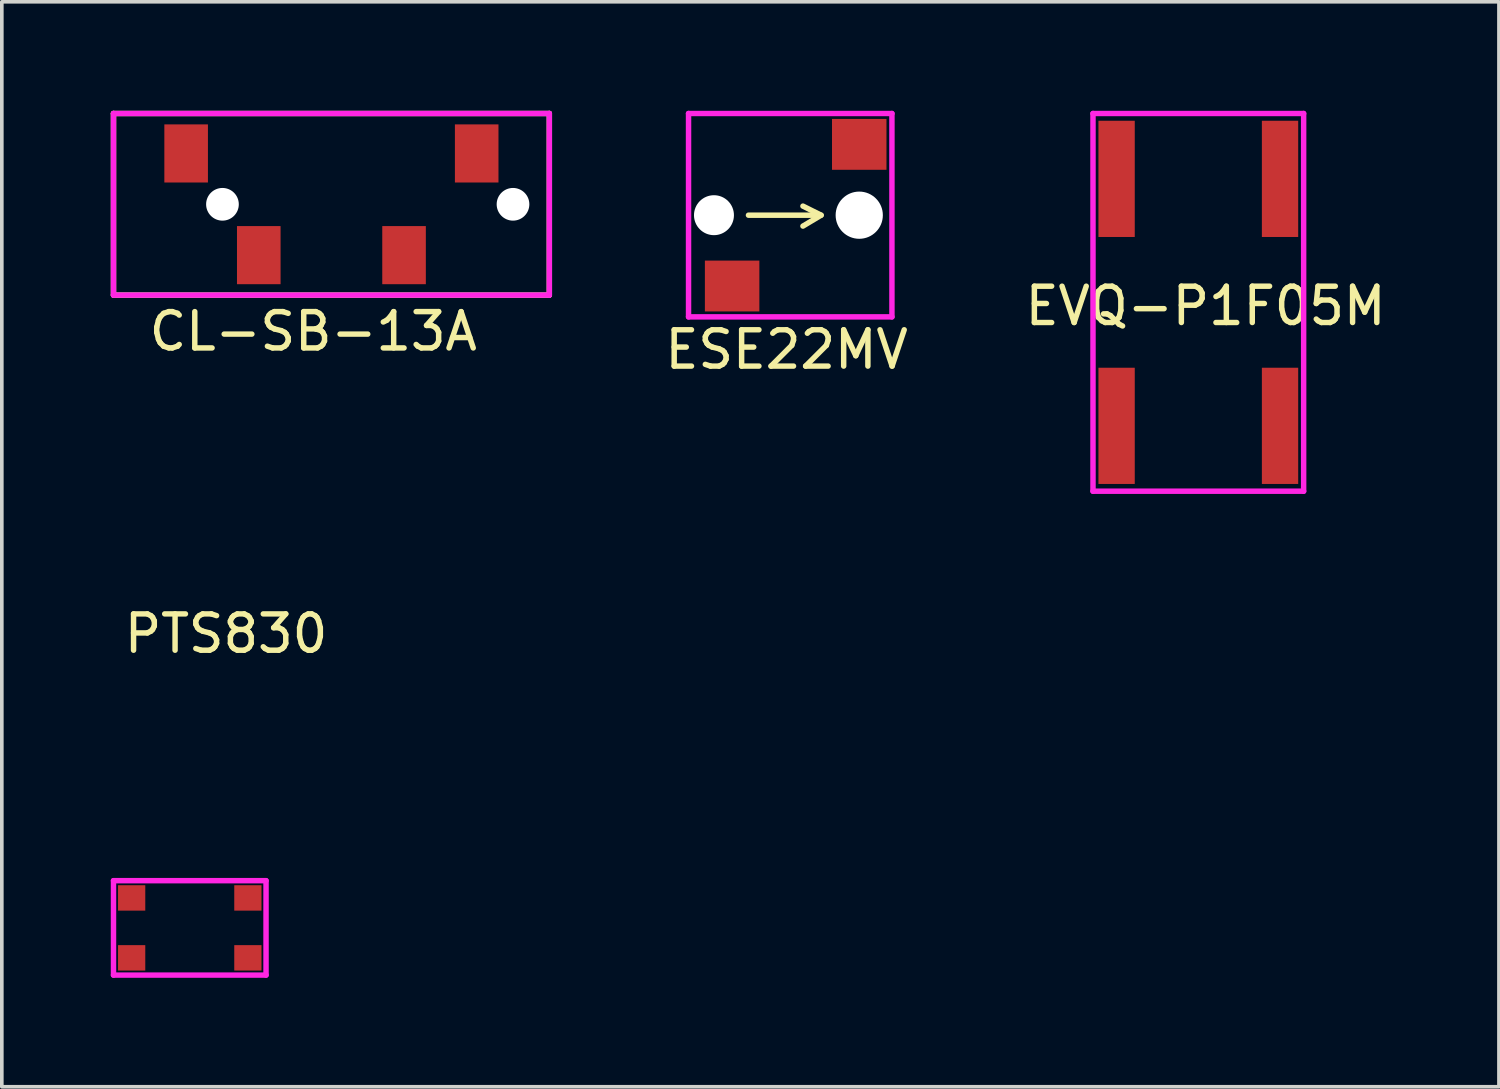
<source format=kicad_pcb>
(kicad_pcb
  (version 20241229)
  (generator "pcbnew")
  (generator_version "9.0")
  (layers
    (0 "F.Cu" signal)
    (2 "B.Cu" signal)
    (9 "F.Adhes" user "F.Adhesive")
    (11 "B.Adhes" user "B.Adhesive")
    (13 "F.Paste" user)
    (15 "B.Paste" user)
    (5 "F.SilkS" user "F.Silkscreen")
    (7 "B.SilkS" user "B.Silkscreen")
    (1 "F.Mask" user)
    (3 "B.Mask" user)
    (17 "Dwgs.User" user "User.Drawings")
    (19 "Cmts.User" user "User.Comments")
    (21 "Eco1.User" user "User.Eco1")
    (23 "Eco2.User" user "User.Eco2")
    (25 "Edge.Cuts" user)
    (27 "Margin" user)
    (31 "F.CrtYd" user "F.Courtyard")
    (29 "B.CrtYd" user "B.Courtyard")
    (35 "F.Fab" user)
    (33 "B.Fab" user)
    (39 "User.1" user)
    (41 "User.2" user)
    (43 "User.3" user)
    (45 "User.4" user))
  (footprint "CL-SB-13A"
    (layer "F.Cu")
    (at 6.075 2.575)
    (property "Reference" "CL-SB-13A" (at -0.5 3.5 0) (layer "F.SilkS") (effects (font (size 1 1) (thickness 0.15))))
    (attr through_hole)
    (fp_line (start -6 -2.5) (end 6 -2.5) (stroke (width 0.15) (type solid)) (layer "F.SilkS"))
    (fp_line (start -6 2.5) (end -6 -2.5) (stroke (width 0.15) (type solid)) (layer "F.SilkS"))
    (fp_line (start 6 -2.5) (end 6 2.5) (stroke (width 0.15) (type solid)) (layer "F.SilkS"))
    (fp_line (start 6 2.5) (end -6 2.5) (stroke (width 0.15) (type solid)) (layer "F.SilkS"))
    (fp_line (start -6 -2.5) (end -6 2.5) (stroke (width 0.15) (type solid)) (layer "F.CrtYd"))
    (fp_line (start -6 2.5) (end 6 2.5) (stroke (width 0.15) (type solid)) (layer "F.CrtYd"))
    (fp_line (start 6 -2.5) (end -6 -2.5) (stroke (width 0.15) (type solid)) (layer "F.CrtYd"))
    (fp_line (start 6 2.5) (end 6 -2.5) (stroke (width 0.15) (type solid)) (layer "F.CrtYd"))
    (pad "" np_thru_hole circle (at -3 0) (size 0.9 0.9) (drill 0.9) (layers "*.Cu" "*.Mask"))
    (pad "" np_thru_hole circle (at 5 0) (size 0.9 0.9) (drill 0.9) (layers "*.Cu" "*.Mask"))
    (pad "1" smd rect (at -4 -1.4) (size 1.2 1.6) (layers "F.Cu" "F.Mask" "F.Paste"))
    (pad "2" smd rect (at -2 1.4) (size 1.2 1.6) (layers "F.Cu" "F.Mask" "F.Paste"))
    (pad "3" smd rect (at 2 1.4) (size 1.2 1.6) (layers "F.Cu" "F.Mask" "F.Paste"))
    (pad "4" smd rect (at 4 -1.4) (size 1.2 1.6) (layers "F.Cu" "F.Mask" "F.Paste")))
  (footprint "ESE22MV"
    (layer "F.Cu")
    (at 17.108 4.825)
    (property "Reference" "ESE22MV" (at 1.5 1.75 0) (layer "F.SilkS") (effects (font (size 1 1) (thickness 0.15))))
    (attr through_hole)
    (fp_line (start 0.45 -1.95) (end 2.4 -1.95) (stroke (width 0.15) (type solid)) (layer "F.SilkS"))
    (fp_line (start 1.95 -2.2) (end 2.45 -1.95) (stroke (width 0.15) (type solid)) (layer "F.SilkS"))
    (fp_line (start 2.45 -1.95) (end 1.95 -1.65) (stroke (width 0.15) (type solid)) (layer "F.SilkS"))
    (fp_line (start -1.2 -4.75) (end -1.2 0.85) (stroke (width 0.15) (type solid)) (layer "F.CrtYd"))
    (fp_line (start -1.2 0.85) (end 4.4 0.85) (stroke (width 0.15) (type solid)) (layer "F.CrtYd"))
    (fp_line (start 4.4 -4.75) (end -1.2 -4.75) (stroke (width 0.15) (type solid)) (layer "F.CrtYd"))
    (fp_line (start 4.4 0.85) (end 4.4 -4.75) (stroke (width 0.15) (type solid)) (layer "F.CrtYd"))
    (pad "" np_thru_hole circle (at -0.5 -1.95) (size 1.1 1.1) (drill 1.1) (layers "*.Cu" "*.Mask"))
    (pad "" np_thru_hole circle (at 3.5 -1.95) (size 1.3 1.3) (drill 1.3) (layers "*.Cu" "*.Mask"))
    (pad "1" smd rect (at 0 0 90) (size 1.4 1.5) (layers "F.Cu" "F.Mask" "F.Paste"))
    (pad "2" smd rect (at 3.5 -3.9 90) (size 1.4 1.5) (layers "F.Cu" "F.Mask" "F.Paste")))
  (footprint "EVQ-P1F05M"
    (layer "F.Cu")
    (at 29.944 5.275)
    (property "Reference" "EVQ-P1F05M" (at 0.2 0.1 0) (layer "F.SilkS") (effects (font (size 1 1) (thickness 0.15))))
    (attr through_hole)
    (fp_line (start -2.9 -5.2) (end -2.9 5.2) (stroke (width 0.15) (type solid)) (layer "F.CrtYd"))
    (fp_line (start -2.9 5.2) (end 2.9 5.2) (stroke (width 0.15) (type solid)) (layer "F.CrtYd"))
    (fp_line (start 2.9 -5.2) (end -2.9 -5.2) (stroke (width 0.15) (type solid)) (layer "F.CrtYd"))
    (fp_line (start 2.9 5.2) (end 2.9 -5.2) (stroke (width 0.15) (type solid)) (layer "F.CrtYd"))
    (pad "A" smd rect (at -2.25 3.4) (size 1 3.2) (layers "F.Cu" "F.Mask" "F.Paste"))
    (pad "A'" smd rect (at -2.25 -3.4) (size 1 3.2) (layers "F.Cu" "F.Mask" "F.Paste"))
    (pad "B" smd rect (at 2.25 3.4) (size 1 3.2) (layers "F.Cu" "F.Mask" "F.Paste"))
    (pad "B'" smd rect (at 2.25 -3.4) (size 1 3.2) (layers "F.Cu" "F.Mask" "F.Paste")))
  (footprint "PTS830"
    (layer "F.Cu")
    (at 2.175 22.498)
    (property "Reference" "PTS830" (at 1 -8.1 0) (layer "F.SilkS") (effects (font (size 1 1) (thickness 0.15))))
    (attr through_hole)
    (fp_line (start -2.1 -1.3) (end -2.1 1.3) (stroke (width 0.15) (type solid)) (layer "F.CrtYd"))
    (fp_line (start -2.1 1.3) (end 2.1 1.3) (stroke (width 0.15) (type solid)) (layer "F.CrtYd"))
    (fp_line (start 2.1 -1.3) (end -2.1 -1.3) (stroke (width 0.15) (type solid)) (layer "F.CrtYd"))
    (fp_line (start 2.1 1.3) (end 2.1 -1.3) (stroke (width 0.15) (type solid)) (layer "F.CrtYd"))
    (pad "1" smd rect (at -1.6 -0.825 90) (size 0.7 0.75) (layers "F.Cu" "F.Mask" "F.Paste"))
    (pad "2" smd rect (at 1.6 -0.825 90) (size 0.7 0.75) (layers "F.Cu" "F.Mask" "F.Paste"))
    (pad "3" smd rect (at -1.6 0.825 90) (size 0.7 0.75) (layers "F.Cu" "F.Mask" "F.Paste"))
    (pad "4" smd rect (at 1.6 0.825 90) (size 0.7 0.75) (layers "F.Cu" "F.Mask" "F.Paste")))
  (gr_rect
    (start -3 -3)
    (end 38.221 26.873)
    (stroke (width 0.1) (type default))
    (fill no)
    (layer "Edge.Cuts")))
</source>
